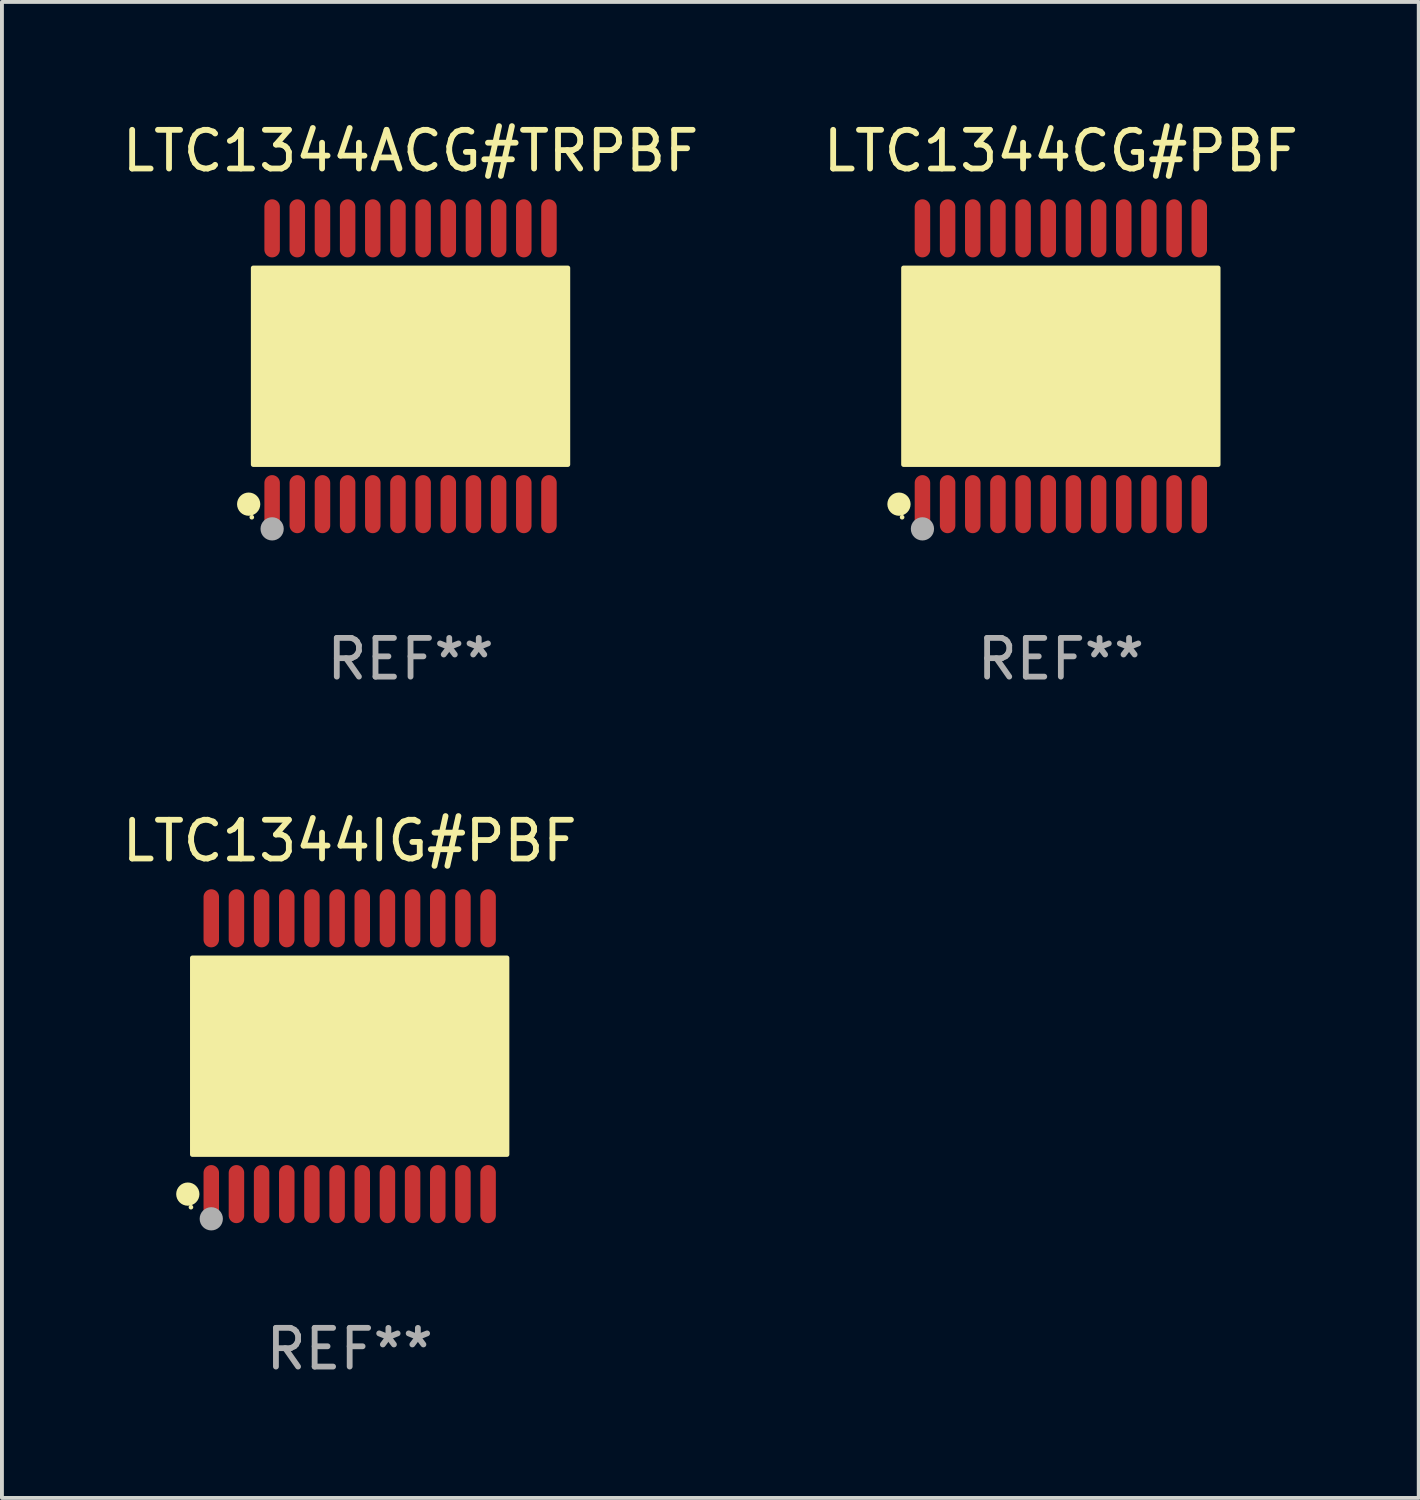
<source format=kicad_pcb>
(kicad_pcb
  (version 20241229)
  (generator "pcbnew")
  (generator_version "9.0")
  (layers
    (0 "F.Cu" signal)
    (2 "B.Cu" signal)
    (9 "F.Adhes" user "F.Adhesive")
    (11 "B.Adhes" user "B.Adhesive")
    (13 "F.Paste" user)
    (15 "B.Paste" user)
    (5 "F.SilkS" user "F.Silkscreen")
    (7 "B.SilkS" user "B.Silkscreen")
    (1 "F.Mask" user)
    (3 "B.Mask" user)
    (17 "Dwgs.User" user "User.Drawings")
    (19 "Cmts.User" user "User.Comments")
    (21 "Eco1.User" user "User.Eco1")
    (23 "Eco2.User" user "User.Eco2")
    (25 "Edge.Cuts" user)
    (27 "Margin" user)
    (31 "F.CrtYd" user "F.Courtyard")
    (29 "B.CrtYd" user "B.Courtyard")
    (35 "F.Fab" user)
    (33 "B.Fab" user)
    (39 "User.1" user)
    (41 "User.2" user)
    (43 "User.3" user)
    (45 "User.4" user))
  (footprint "LTC1344CG#PBF"
    (layer "F.Cu")
    (at 24.351 6.41)
    (property "Reference" "LTC1344CG#PBF" (at 0 -5.562 0) (layer "F.SilkS") (effects (font (size 1 1) (thickness 0.15))))
    (attr through_hole)
    (fp_circle (center -4.181 3.562) (end -4.031 3.562) (stroke (width 0.3) (type solid)) (fill no) (layer "F.SilkS"))
    (fp_circle (center -4.1 3.9) (end -4.07 3.9) (stroke (width 0.06) (type solid)) (fill no) (layer "F.SilkS"))
    (fp_circle (center -3.575 1.819) (end -3.425 1.819) (stroke (width 0.3) (type solid)) (fill no) (layer "F.SilkS"))
    (fp_poly (pts (xy -4.064 -2.54) (xy 4.064 -2.54) (xy 4.064 2.54) (xy -4.064 2.54)) (stroke (width 0.12) (type solid)) (fill yes) (layer "F.SilkS"))
    (fp_circle (center -3.575 4.2) (end -3.425 4.2) (stroke (width 0.3) (type solid)) (fill no) (layer "F.Fab"))
    (fp_text user "REF**" (at 0 7.562 0) (layer "F.Fab") (effects (font (size 1 1) (thickness 0.15))))
    (pad "1" smd oval (at -3.575 3.562) (size 0.4 1.5) (layers "F.Cu" "F.Mask" "F.Paste"))
    (pad "2" smd oval (at -2.925 3.562) (size 0.4 1.5) (layers "F.Cu" "F.Mask" "F.Paste"))
    (pad "3" smd oval (at -2.275 3.562) (size 0.4 1.5) (layers "F.Cu" "F.Mask" "F.Paste"))
    (pad "4" smd oval (at -1.625 3.562) (size 0.4 1.5) (layers "F.Cu" "F.Mask" "F.Paste"))
    (pad "5" smd oval (at -0.975 3.562) (size 0.4 1.5) (layers "F.Cu" "F.Mask" "F.Paste"))
    (pad "6" smd oval (at -0.325 3.562) (size 0.4 1.5) (layers "F.Cu" "F.Mask" "F.Paste"))
    (pad "7" smd oval (at 0.325 3.562) (size 0.4 1.5) (layers "F.Cu" "F.Mask" "F.Paste"))
    (pad "8" smd oval (at 0.975 3.562) (size 0.4 1.5) (layers "F.Cu" "F.Mask" "F.Paste"))
    (pad "9" smd oval (at 1.625 3.562) (size 0.4 1.5) (layers "F.Cu" "F.Mask" "F.Paste"))
    (pad "10" smd oval (at 2.275 3.562) (size 0.4 1.5) (layers "F.Cu" "F.Mask" "F.Paste"))
    (pad "11" smd oval (at 2.925 3.562) (size 0.4 1.5) (layers "F.Cu" "F.Mask" "F.Paste"))
    (pad "12" smd oval (at 3.575 3.562) (size 0.4 1.5) (layers "F.Cu" "F.Mask" "F.Paste"))
    (pad "13" smd oval (at 3.575 -3.562) (size 0.4 1.5) (layers "F.Cu" "F.Mask" "F.Paste"))
    (pad "14" smd oval (at 2.925 -3.562) (size 0.4 1.5) (layers "F.Cu" "F.Mask" "F.Paste"))
    (pad "15" smd oval (at 2.275 -3.562) (size 0.4 1.5) (layers "F.Cu" "F.Mask" "F.Paste"))
    (pad "16" smd oval (at 1.625 -3.562) (size 0.4 1.5) (layers "F.Cu" "F.Mask" "F.Paste"))
    (pad "17" smd oval (at 0.975 -3.562) (size 0.4 1.5) (layers "F.Cu" "F.Mask" "F.Paste"))
    (pad "18" smd oval (at 0.325 -3.562) (size 0.4 1.5) (layers "F.Cu" "F.Mask" "F.Paste"))
    (pad "19" smd oval (at -0.325 -3.562) (size 0.4 1.5) (layers "F.Cu" "F.Mask" "F.Paste"))
    (pad "20" smd oval (at -0.975 -3.562) (size 0.4 1.5) (layers "F.Cu" "F.Mask" "F.Paste"))
    (pad "21" smd oval (at -1.625 -3.562) (size 0.4 1.5) (layers "F.Cu" "F.Mask" "F.Paste"))
    (pad "22" smd oval (at -2.275 -3.562) (size 0.4 1.5) (layers "F.Cu" "F.Mask" "F.Paste"))
    (pad "23" smd oval (at -2.925 -3.562) (size 0.4 1.5) (layers "F.Cu" "F.Mask" "F.Paste"))
    (pad "24" smd oval (at -3.575 -3.562) (size 0.4 1.5) (layers "F.Cu" "F.Mask" "F.Paste")))
  (footprint "LTC1344ACG#TRPBF"
    (layer "F.Cu")
    (at 7.554 6.41)
    (property "Reference" "LTC1344ACG#TRPBF" (at 0 -5.562 0) (layer "F.SilkS") (effects (font (size 1 1) (thickness 0.15))))
    (attr through_hole)
    (fp_circle (center -4.181 3.562) (end -4.031 3.562) (stroke (width 0.3) (type solid)) (fill no) (layer "F.SilkS"))
    (fp_circle (center -4.1 3.9) (end -4.07 3.9) (stroke (width 0.06) (type solid)) (fill no) (layer "F.SilkS"))
    (fp_circle (center -3.575 1.819) (end -3.425 1.819) (stroke (width 0.3) (type solid)) (fill no) (layer "F.SilkS"))
    (fp_poly (pts (xy -4.064 -2.54) (xy 4.064 -2.54) (xy 4.064 2.54) (xy -4.064 2.54)) (stroke (width 0.12) (type solid)) (fill yes) (layer "F.SilkS"))
    (fp_circle (center -3.575 4.2) (end -3.425 4.2) (stroke (width 0.3) (type solid)) (fill no) (layer "F.Fab"))
    (fp_text user "REF**" (at 0 7.562 0) (layer "F.Fab") (effects (font (size 1 1) (thickness 0.15))))
    (pad "1" smd oval (at -3.575 3.562) (size 0.4 1.5) (layers "F.Cu" "F.Mask" "F.Paste"))
    (pad "2" smd oval (at -2.925 3.562) (size 0.4 1.5) (layers "F.Cu" "F.Mask" "F.Paste"))
    (pad "3" smd oval (at -2.275 3.562) (size 0.4 1.5) (layers "F.Cu" "F.Mask" "F.Paste"))
    (pad "4" smd oval (at -1.625 3.562) (size 0.4 1.5) (layers "F.Cu" "F.Mask" "F.Paste"))
    (pad "5" smd oval (at -0.975 3.562) (size 0.4 1.5) (layers "F.Cu" "F.Mask" "F.Paste"))
    (pad "6" smd oval (at -0.325 3.562) (size 0.4 1.5) (layers "F.Cu" "F.Mask" "F.Paste"))
    (pad "7" smd oval (at 0.325 3.562) (size 0.4 1.5) (layers "F.Cu" "F.Mask" "F.Paste"))
    (pad "8" smd oval (at 0.975 3.562) (size 0.4 1.5) (layers "F.Cu" "F.Mask" "F.Paste"))
    (pad "9" smd oval (at 1.625 3.562) (size 0.4 1.5) (layers "F.Cu" "F.Mask" "F.Paste"))
    (pad "10" smd oval (at 2.275 3.562) (size 0.4 1.5) (layers "F.Cu" "F.Mask" "F.Paste"))
    (pad "11" smd oval (at 2.925 3.562) (size 0.4 1.5) (layers "F.Cu" "F.Mask" "F.Paste"))
    (pad "12" smd oval (at 3.575 3.562) (size 0.4 1.5) (layers "F.Cu" "F.Mask" "F.Paste"))
    (pad "13" smd oval (at 3.575 -3.562) (size 0.4 1.5) (layers "F.Cu" "F.Mask" "F.Paste"))
    (pad "14" smd oval (at 2.925 -3.562) (size 0.4 1.5) (layers "F.Cu" "F.Mask" "F.Paste"))
    (pad "15" smd oval (at 2.275 -3.562) (size 0.4 1.5) (layers "F.Cu" "F.Mask" "F.Paste"))
    (pad "16" smd oval (at 1.625 -3.562) (size 0.4 1.5) (layers "F.Cu" "F.Mask" "F.Paste"))
    (pad "17" smd oval (at 0.975 -3.562) (size 0.4 1.5) (layers "F.Cu" "F.Mask" "F.Paste"))
    (pad "18" smd oval (at 0.325 -3.562) (size 0.4 1.5) (layers "F.Cu" "F.Mask" "F.Paste"))
    (pad "19" smd oval (at -0.325 -3.562) (size 0.4 1.5) (layers "F.Cu" "F.Mask" "F.Paste"))
    (pad "20" smd oval (at -0.975 -3.562) (size 0.4 1.5) (layers "F.Cu" "F.Mask" "F.Paste"))
    (pad "21" smd oval (at -1.625 -3.562) (size 0.4 1.5) (layers "F.Cu" "F.Mask" "F.Paste"))
    (pad "22" smd oval (at -2.275 -3.562) (size 0.4 1.5) (layers "F.Cu" "F.Mask" "F.Paste"))
    (pad "23" smd oval (at -2.925 -3.562) (size 0.4 1.5) (layers "F.Cu" "F.Mask" "F.Paste"))
    (pad "24" smd oval (at -3.575 -3.562) (size 0.4 1.5) (layers "F.Cu" "F.Mask" "F.Paste")))
  (footprint "LTC1344IG#PBF"
    (layer "F.Cu")
    (at 5.982 24.231)
    (property "Reference" "LTC1344IG#PBF" (at 0 -5.562 0) (layer "F.SilkS") (effects (font (size 1 1) (thickness 0.15))))
    (attr through_hole)
    (fp_circle (center -4.181 3.562) (end -4.031 3.562) (stroke (width 0.3) (type solid)) (fill no) (layer "F.SilkS"))
    (fp_circle (center -4.1 3.9) (end -4.07 3.9) (stroke (width 0.06) (type solid)) (fill no) (layer "F.SilkS"))
    (fp_circle (center -3.575 1.819) (end -3.425 1.819) (stroke (width 0.3) (type solid)) (fill no) (layer "F.SilkS"))
    (fp_poly (pts (xy -4.064 -2.54) (xy 4.064 -2.54) (xy 4.064 2.54) (xy -4.064 2.54)) (stroke (width 0.12) (type solid)) (fill yes) (layer "F.SilkS"))
    (fp_circle (center -3.575 4.2) (end -3.425 4.2) (stroke (width 0.3) (type solid)) (fill no) (layer "F.Fab"))
    (fp_text user "REF**" (at 0 7.562 0) (layer "F.Fab") (effects (font (size 1 1) (thickness 0.15))))
    (pad "1" smd oval (at -3.575 3.562) (size 0.4 1.5) (layers "F.Cu" "F.Mask" "F.Paste"))
    (pad "2" smd oval (at -2.925 3.562) (size 0.4 1.5) (layers "F.Cu" "F.Mask" "F.Paste"))
    (pad "3" smd oval (at -2.275 3.562) (size 0.4 1.5) (layers "F.Cu" "F.Mask" "F.Paste"))
    (pad "4" smd oval (at -1.625 3.562) (size 0.4 1.5) (layers "F.Cu" "F.Mask" "F.Paste"))
    (pad "5" smd oval (at -0.975 3.562) (size 0.4 1.5) (layers "F.Cu" "F.Mask" "F.Paste"))
    (pad "6" smd oval (at -0.325 3.562) (size 0.4 1.5) (layers "F.Cu" "F.Mask" "F.Paste"))
    (pad "7" smd oval (at 0.325 3.562) (size 0.4 1.5) (layers "F.Cu" "F.Mask" "F.Paste"))
    (pad "8" smd oval (at 0.975 3.562) (size 0.4 1.5) (layers "F.Cu" "F.Mask" "F.Paste"))
    (pad "9" smd oval (at 1.625 3.562) (size 0.4 1.5) (layers "F.Cu" "F.Mask" "F.Paste"))
    (pad "10" smd oval (at 2.275 3.562) (size 0.4 1.5) (layers "F.Cu" "F.Mask" "F.Paste"))
    (pad "11" smd oval (at 2.925 3.562) (size 0.4 1.5) (layers "F.Cu" "F.Mask" "F.Paste"))
    (pad "12" smd oval (at 3.575 3.562) (size 0.4 1.5) (layers "F.Cu" "F.Mask" "F.Paste"))
    (pad "13" smd oval (at 3.575 -3.562) (size 0.4 1.5) (layers "F.Cu" "F.Mask" "F.Paste"))
    (pad "14" smd oval (at 2.925 -3.562) (size 0.4 1.5) (layers "F.Cu" "F.Mask" "F.Paste"))
    (pad "15" smd oval (at 2.275 -3.562) (size 0.4 1.5) (layers "F.Cu" "F.Mask" "F.Paste"))
    (pad "16" smd oval (at 1.625 -3.562) (size 0.4 1.5) (layers "F.Cu" "F.Mask" "F.Paste"))
    (pad "17" smd oval (at 0.975 -3.562) (size 0.4 1.5) (layers "F.Cu" "F.Mask" "F.Paste"))
    (pad "18" smd oval (at 0.325 -3.562) (size 0.4 1.5) (layers "F.Cu" "F.Mask" "F.Paste"))
    (pad "19" smd oval (at -0.325 -3.562) (size 0.4 1.5) (layers "F.Cu" "F.Mask" "F.Paste"))
    (pad "20" smd oval (at -0.975 -3.562) (size 0.4 1.5) (layers "F.Cu" "F.Mask" "F.Paste"))
    (pad "21" smd oval (at -1.625 -3.562) (size 0.4 1.5) (layers "F.Cu" "F.Mask" "F.Paste"))
    (pad "22" smd oval (at -2.275 -3.562) (size 0.4 1.5) (layers "F.Cu" "F.Mask" "F.Paste"))
    (pad "23" smd oval (at -2.925 -3.562) (size 0.4 1.5) (layers "F.Cu" "F.Mask" "F.Paste"))
    (pad "24" smd oval (at -3.575 -3.562) (size 0.4 1.5) (layers "F.Cu" "F.Mask" "F.Paste")))
  (gr_rect
    (start -3 -3)
    (end 33.595 35.641)
    (stroke (width 0.1) (type default))
    (fill no)
    (layer "Edge.Cuts")))
</source>
